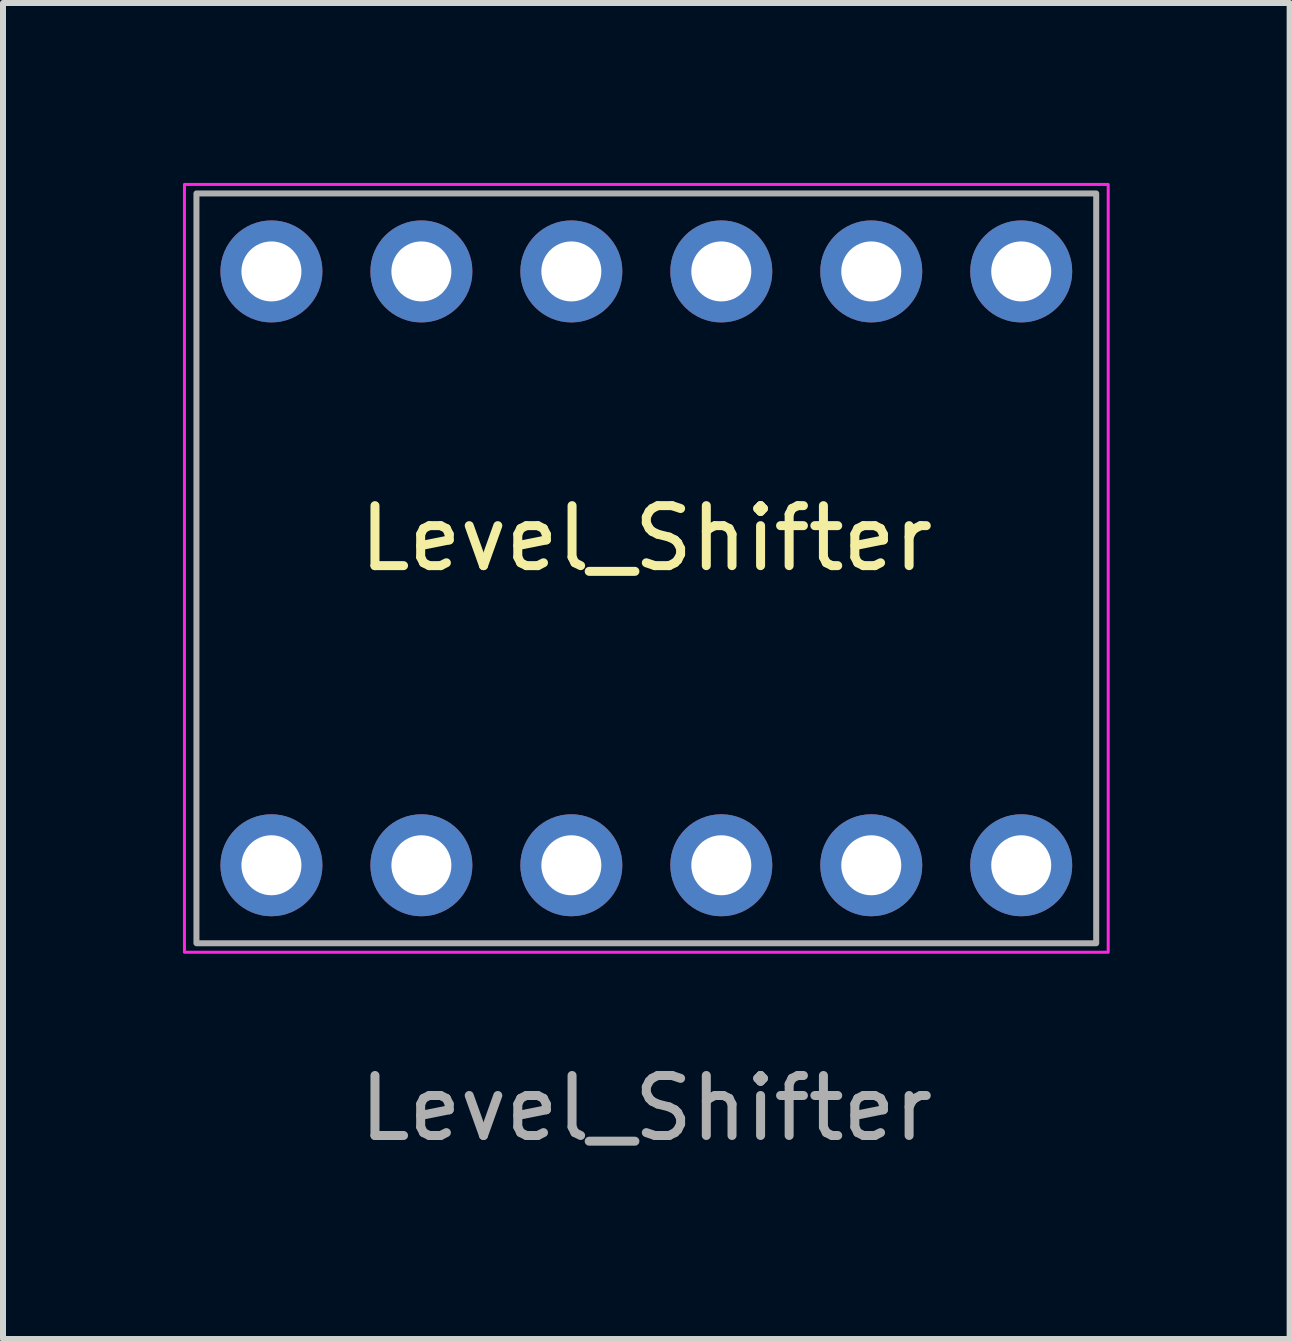
<source format=kicad_pcb>
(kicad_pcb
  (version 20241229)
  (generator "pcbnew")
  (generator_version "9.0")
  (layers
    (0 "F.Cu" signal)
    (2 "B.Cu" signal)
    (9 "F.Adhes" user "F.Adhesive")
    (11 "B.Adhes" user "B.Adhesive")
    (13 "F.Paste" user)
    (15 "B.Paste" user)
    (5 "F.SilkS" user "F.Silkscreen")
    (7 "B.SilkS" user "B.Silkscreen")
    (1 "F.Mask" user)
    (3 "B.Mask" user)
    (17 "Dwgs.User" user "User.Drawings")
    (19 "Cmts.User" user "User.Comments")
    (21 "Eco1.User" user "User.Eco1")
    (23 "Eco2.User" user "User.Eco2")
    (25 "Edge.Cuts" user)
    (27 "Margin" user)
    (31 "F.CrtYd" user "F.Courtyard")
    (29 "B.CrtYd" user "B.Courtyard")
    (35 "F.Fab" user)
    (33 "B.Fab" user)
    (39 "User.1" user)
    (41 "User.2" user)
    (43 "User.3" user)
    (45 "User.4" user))
  (footprint "Level_Shifter"
    (layer "F.Cu")
    (at 7.725 6.425)
    (property "Reference" "Level_Shifter" (at 0 -0.5 0) (unlocked yes) (layer "F.SilkS") (effects (font (size 1 1) (thickness 0.15))))
    (attr smd)
    (fp_rect (start -7.7 -6.4) (end 7.7 6.4) (stroke (width 0.05) (type default)) (fill no) (layer "F.CrtYd"))
    (fp_rect (start -7.5 -6.25) (end 7.5 6.25) (stroke (width 0.1) (type default)) (fill no) (layer "F.Fab"))
    (fp_text user "${REFERENCE}" (at 0 9 0) (unlocked yes) (layer "F.Fab") (effects (font (size 1 1) (thickness 0.15))))
    (pad "1" thru_hole circle (at -6.25 4.95) (size 1.7 1.7) (drill 1) (layers "*.Cu" "*.Mask"))
    (pad "2" thru_hole circle (at -3.75 4.95) (size 1.7 1.7) (drill 1) (layers "*.Cu" "*.Mask"))
    (pad "3" thru_hole circle (at -1.25 4.95) (size 1.7 1.7) (drill 1) (layers "*.Cu" "*.Mask"))
    (pad "4" thru_hole circle (at 1.25 4.95) (size 1.7 1.7) (drill 1) (layers "*.Cu" "*.Mask"))
    (pad "5" thru_hole circle (at 3.75 4.95) (size 1.7 1.7) (drill 1) (layers "*.Cu" "*.Mask"))
    (pad "6" thru_hole circle (at 6.25 4.95) (size 1.7 1.7) (drill 1) (layers "*.Cu" "*.Mask"))
    (pad "7" thru_hole circle (at 6.25 -4.95) (size 1.7 1.7) (drill 1) (layers "*.Cu" "*.Mask"))
    (pad "8" thru_hole circle (at 3.75 -4.95) (size 1.7 1.7) (drill 1) (layers "*.Cu" "*.Mask"))
    (pad "9" thru_hole circle (at 1.25 -4.95) (size 1.7 1.7) (drill 1) (layers "*.Cu" "*.Mask"))
    (pad "10" thru_hole circle (at -1.25 -4.95) (size 1.7 1.7) (drill 1) (layers "*.Cu" "*.Mask"))
    (pad "11" thru_hole circle (at -3.75 -4.95) (size 1.7 1.7) (drill 1) (layers "*.Cu" "*.Mask"))
    (pad "12" thru_hole circle (at -6.25 -4.95) (size 1.7 1.7) (drill 1) (layers "*.Cu" "*.Mask")))
  (gr_rect
    (start -3 -3)
    (end 18.45 19.273)
    (stroke (width 0.1) (type default))
    (fill no)
    (layer "Edge.Cuts")))
</source>
